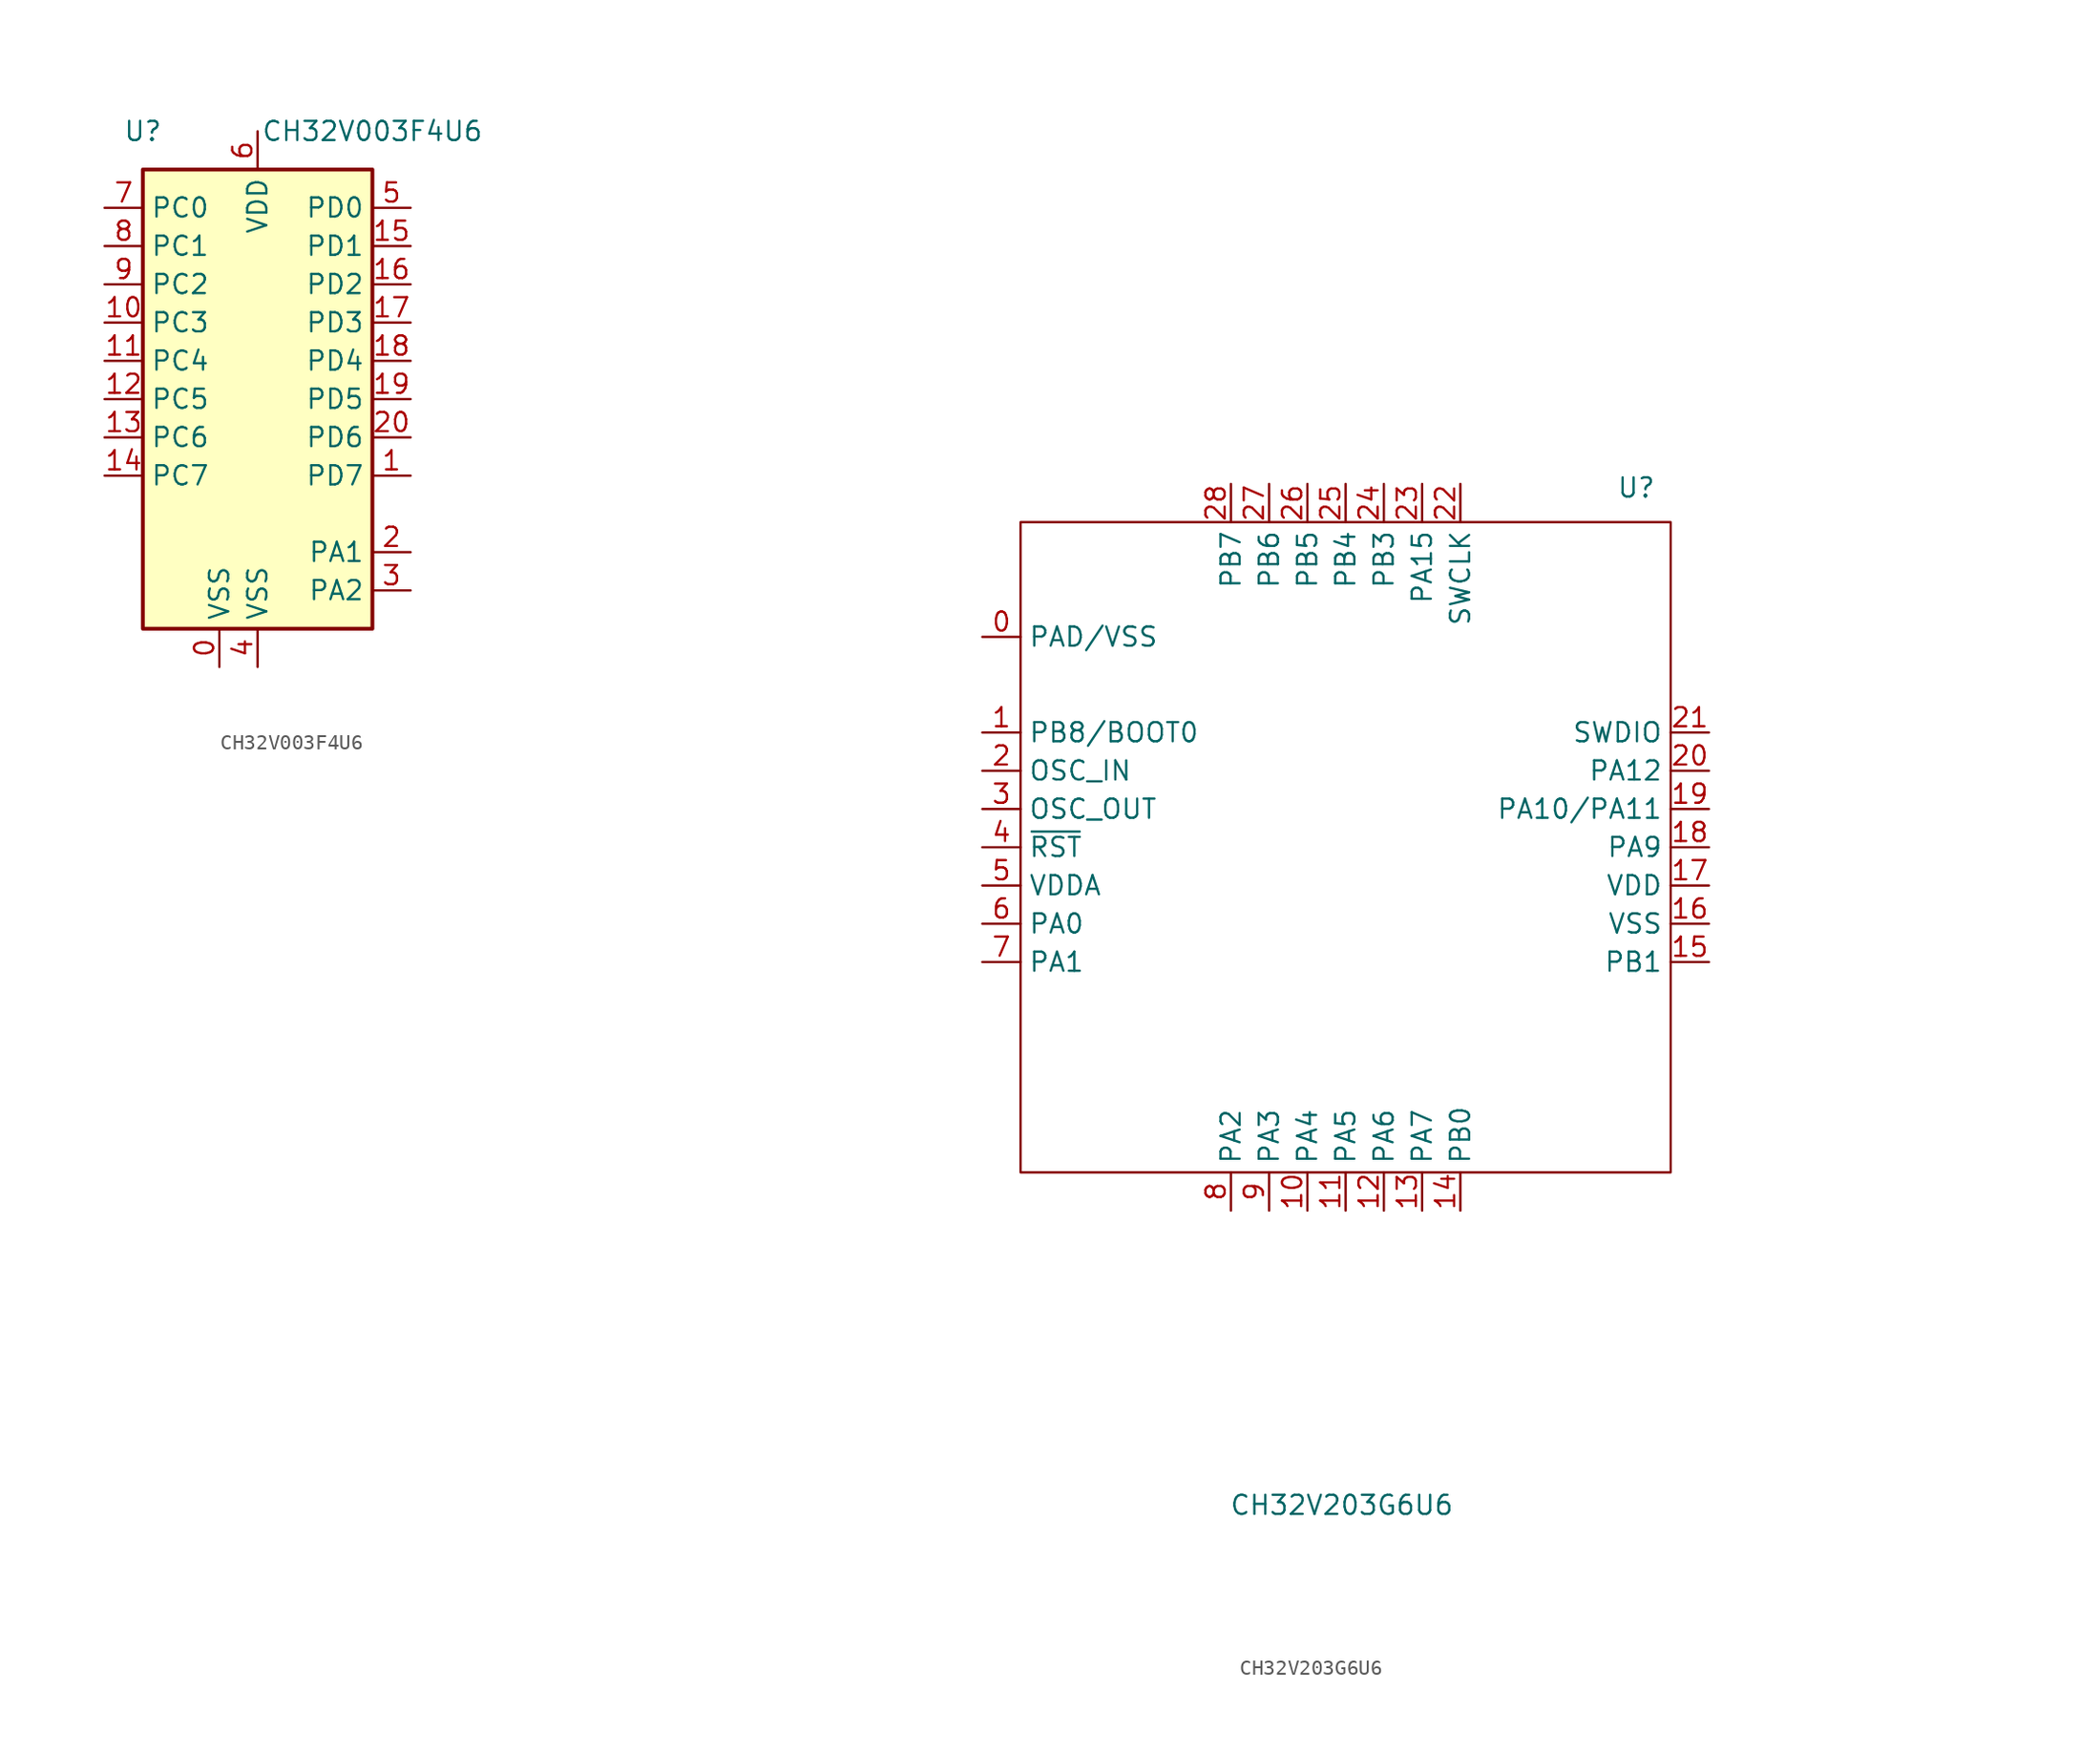
<source format=kicad_sym>
(kicad_symbol_lib
  (version 20231120)
  (generator "kicad_symbol_editor")
  (generator_version "8.0")
  (symbol "CH32V003F4U6"
    (property "Reference" "U"
      (at -7.62 17.78 0)
      (effects (font (size 1.27 1.27))))
    (property "Value" "CH32V003F4U6"
      (at 7.62 17.78 0)
      (effects (font (size 1.27 1.27))))
    (symbol "CH32V003F4U6_1_1"
      (rectangle (start -7.62 15.24) (end 7.62 -15.24) (stroke (width 0.254) (type default)) (fill (type background)))
      (pin power_in line (at -2.54 -17.78 90) (length 2.54) (name "VSS" (effects (font (size 1.27 1.27)))) (number "0" (effects (font (size 1.27 1.27)))))
      (pin bidirectional line (at 10.16 -5.08 180) (length 2.54) (name "PD7" (effects (font (size 1.27 1.27)))) (number "1" (effects (font (size 1.27 1.27)))) (alternate "NRST" bidirectional line) (alternate "OPP1" bidirectional line) (alternate "T2CH4" bidirectional line) (alternate "T2CH4_2" bidirectional line) (alternate "UCK_1" bidirectional line) (alternate "UCK_2" bidirectional line))
      (pin bidirectional line (at -10.16 5.08 0) (length 2.54) (name "PC3" (effects (font (size 1.27 1.27)))) (number "10" (effects (font (size 1.27 1.27)))) (alternate "T1CH1N_1" bidirectional line) (alternate "T1CH1N_3" bidirectional line) (alternate "T1CH3" bidirectional line) (alternate "T1CH3_2" bidirectional line) (alternate "UCTS_1" bidirectional line))
      (pin bidirectional line (at -10.16 2.54 0) (length 2.54) (name "PC4" (effects (font (size 1.27 1.27)))) (number "11" (effects (font (size 1.27 1.27)))) (alternate "A2" bidirectional line) (alternate "MCO" bidirectional line) (alternate "T1CH1_3" bidirectional line) (alternate "T1CH2N_1" bidirectional line) (alternate "T1CH4" bidirectional line) (alternate "T1CH4_2" bidirectional line))
      (pin bidirectional line (at -10.16 0 0) (length 2.54) (name "PC5" (effects (font (size 1.27 1.27)))) (number "12" (effects (font (size 1.27 1.27)))) (alternate "SCK" bidirectional line) (alternate "SCK_1" bidirectional line) (alternate "SCL_2" bidirectional line) (alternate "SCL_3" bidirectional line) (alternate "T1CH3_3" bidirectional line) (alternate "T1ETR" bidirectional line) (alternate "T1ETR_1" bidirectional line) (alternate "T2CH1ETR_1" bidirectional line) (alternate "UCK_3" bidirectional line))
      (pin bidirectional line (at -10.16 -2.54 0) (length 2.54) (name "PC6" (effects (font (size 1.27 1.27)))) (number "13" (effects (font (size 1.27 1.27)))) (alternate "MOSI" bidirectional line) (alternate "MOSI_1" bidirectional line) (alternate "SDA_2" bidirectional line) (alternate "SDA_3" bidirectional line) (alternate "T1CH1_1" bidirectional line) (alternate "T1CH3N_3" bidirectional line) (alternate "UCTS_2" bidirectional line) (alternate "UCTS_3" bidirectional line))
      (pin bidirectional line (at -10.16 -5.08 0) (length 2.54) (name "PC7" (effects (font (size 1.27 1.27)))) (number "14" (effects (font (size 1.27 1.27)))) (alternate "MISO" bidirectional line) (alternate "MISO_1" bidirectional line) (alternate "T1CH2_1" bidirectional line) (alternate "T1CH2_3" bidirectional line) (alternate "T2CH2_3" bidirectional line) (alternate "URTS_2" bidirectional line) (alternate "URTS_3" bidirectional line))
      (pin bidirectional line (at 10.16 10.16 180) (length 2.54) (name "PD1" (effects (font (size 1.27 1.27)))) (number "15" (effects (font (size 1.27 1.27)))) (alternate "AETR2" bidirectional line) (alternate "SCL_1" bidirectional line) (alternate "SWIO" bidirectional line) (alternate "T1CH3N" bidirectional line) (alternate "T1CH3N_1" bidirectional line) (alternate "T1CH3N_2" bidirectional line) (alternate "URX_1" bidirectional line))
      (pin bidirectional line (at 10.16 7.62 180) (length 2.54) (name "PD2" (effects (font (size 1.27 1.27)))) (number "16" (effects (font (size 1.27 1.27)))) (alternate "A3" bidirectional line) (alternate "T1CH1" bidirectional line) (alternate "T1CH1_2" bidirectional line) (alternate "T1CH2N_3" bidirectional line) (alternate "T2CH3_1" bidirectional line))
      (pin bidirectional line (at 10.16 5.08 180) (length 2.54) (name "PD3" (effects (font (size 1.27 1.27)))) (number "17" (effects (font (size 1.27 1.27)))) (alternate "A4" bidirectional line) (alternate "AETR" bidirectional line) (alternate "T1CH4_1" bidirectional line) (alternate "T2CH2" bidirectional line) (alternate "T2CH2_2" bidirectional line) (alternate "UCTS" bidirectional line))
      (pin bidirectional line (at 10.16 2.54 180) (length 2.54) (name "PD4" (effects (font (size 1.27 1.27)))) (number "18" (effects (font (size 1.27 1.27)))) (alternate "A7" bidirectional line) (alternate "OPO" bidirectional line) (alternate "T1CH4_3" bidirectional line) (alternate "T2CH1ETR" bidirectional line) (alternate "TIETR_2" bidirectional line) (alternate "UCK" bidirectional line))
      (pin bidirectional line (at 10.16 0 180) (length 2.54) (name "PD5" (effects (font (size 1.27 1.27)))) (number "19" (effects (font (size 1.27 1.27)))) (alternate "A5" bidirectional line) (alternate "T2CH4_3" bidirectional line) (alternate "URX_2" bidirectional line) (alternate "UTX" bidirectional line))
      (pin bidirectional line (at 10.16 -10.16 180) (length 2.54) (name "PA1" (effects (font (size 1.27 1.27)))) (number "2" (effects (font (size 1.27 1.27)))) (alternate "A1" bidirectional line) (alternate "OPN0" bidirectional line) (alternate "OSCI" bidirectional line) (alternate "T1CH2" bidirectional line) (alternate "T1CH2_2" bidirectional line))
      (pin bidirectional line (at 10.16 -2.54 180) (length 2.54) (name "PD6" (effects (font (size 1.27 1.27)))) (number "20" (effects (font (size 1.27 1.27)))) (alternate "A6" bidirectional line) (alternate "T2CH3_3" bidirectional line) (alternate "URX" bidirectional line) (alternate "UTX_2" bidirectional line))
      (pin bidirectional line (at 10.16 -12.7 180) (length 2.54) (name "PA2" (effects (font (size 1.27 1.27)))) (number "3" (effects (font (size 1.27 1.27)))) (alternate "A0" bidirectional line) (alternate "AETR2_1" bidirectional line) (alternate "OPP0" bidirectional line) (alternate "OSCO" bidirectional line) (alternate "TICH2N" bidirectional line) (alternate "TICH2N_2" bidirectional line))
      (pin power_in line (at 0 -17.78 90) (length 2.54) (name "VSS" (effects (font (size 1.27 1.27)))) (number "4" (effects (font (size 1.27 1.27)))))
      (pin bidirectional line (at 10.16 12.7 180) (length 2.54) (name "PD0" (effects (font (size 1.27 1.27)))) (number "5" (effects (font (size 1.27 1.27)))) (alternate "OPN1" bidirectional line) (alternate "SDA_1" bidirectional line) (alternate "TICH1N" bidirectional line) (alternate "TICH1N_2" bidirectional line) (alternate "UTX_1" bidirectional line))
      (pin power_in line (at 0 17.78 270) (length 2.54) (name "VDD" (effects (font (size 1.27 1.27)))) (number "6" (effects (font (size 1.27 1.27)))))
      (pin bidirectional line (at -10.16 12.7 0) (length 2.54) (name "PC0" (effects (font (size 1.27 1.27)))) (number "7" (effects (font (size 1.27 1.27)))) (alternate "NSS_1" bidirectional line) (alternate "T1CH3_1" bidirectional line) (alternate "T2CH3" bidirectional line) (alternate "T2CH3_2" bidirectional line) (alternate "UTX_3" bidirectional line))
      (pin bidirectional line (at -10.16 10.16 0) (length 2.54) (name "PC1" (effects (font (size 1.27 1.27)))) (number "8" (effects (font (size 1.27 1.27)))) (alternate "NSS" bidirectional line) (alternate "SDA" bidirectional line) (alternate "T1BKIN_1" bidirectional line) (alternate "T1BKIN_3" bidirectional line) (alternate "T2CH1ETR_2" bidirectional line) (alternate "T2CH1ETR_3" bidirectional line) (alternate "T2CH4_1" bidirectional line) (alternate "URX_3" bidirectional line))
      (pin bidirectional line (at -10.16 7.62 0) (length 2.54) (name "PC2" (effects (font (size 1.27 1.27)))) (number "9" (effects (font (size 1.27 1.27)))) (alternate "AETR_1" bidirectional line) (alternate "SCL" bidirectional line) (alternate "T1BKIN" bidirectional line) (alternate "T1BKIN_2" bidirectional line) (alternate "T1ETR_3" bidirectional line) (alternate "T2CH2_1" bidirectional line) (alternate "URTS" bidirectional line) (alternate "URTS_1" bidirectional line))))
  (symbol "CH32V203G6U6"
    (property "Reference" "U"
      (at 19.304 23.876 0)
      (effects (font (size 1.27 1.27))))
    (property "Value" "CH32V203G6U6"
      (at -0.254 -43.688 0)
      (effects (font (size 1.27 1.27))))
    (symbol "CH32V203G6U6_0_1"
      (rectangle (start -21.59 21.59) (end 21.59 -21.59) (stroke (width 0) (type default)) (fill (type none))))
    (symbol "CH32V203G6U6_1_0"
      (pin bidirectional line (at 7.62 -24.13 90) (length 2.54) (name "PB0" (effects (font (size 1.27 1.27)))) (number "14" (effects (font (size 1.27 1.27)))))
      (pin bidirectional line (at 24.13 -7.62 180) (length 2.54) (name "PB1" (effects (font (size 1.27 1.27)))) (number "15" (effects (font (size 1.27 1.27)))))
      (pin power_in line (at 24.13 -5.08 180) (length 2.54) (name "VSS" (effects (font (size 1.27 1.27)))) (number "16" (effects (font (size 1.27 1.27)))))
      (pin power_in line (at 24.13 -2.54 180) (length 2.54) (name "VDD" (effects (font (size 1.27 1.27)))) (number "17" (effects (font (size 1.27 1.27)))))
      (pin bidirectional line (at 24.13 0 180) (length 2.54) (name "PA9" (effects (font (size 1.27 1.27)))) (number "18" (effects (font (size 1.27 1.27)))))
      (pin bidirectional line (at 24.13 2.54 180) (length 2.54) (name "PA10/PA11" (effects (font (size 1.27 1.27)))) (number "19" (effects (font (size 1.27 1.27)))))
      (pin bidirectional line (at 24.13 5.08 180) (length 2.54) (name "PA12" (effects (font (size 1.27 1.27)))) (number "20" (effects (font (size 1.27 1.27)))))
      (pin bidirectional line (at 24.13 7.62 180) (length 2.54) (name "SWDIO" (effects (font (size 1.27 1.27)))) (number "21" (effects (font (size 1.27 1.27)))))
      (pin bidirectional line (at 7.62 24.13 270) (length 2.54) (name "SWCLK" (effects (font (size 1.27 1.27)))) (number "22" (effects (font (size 1.27 1.27)))))
      (pin bidirectional line (at 5.08 24.13 270) (length 2.54) (name "PA15" (effects (font (size 1.27 1.27)))) (number "23" (effects (font (size 1.27 1.27)))))
      (pin bidirectional line (at 2.54 24.13 270) (length 2.54) (name "PB3" (effects (font (size 1.27 1.27)))) (number "24" (effects (font (size 1.27 1.27)))))
      (pin bidirectional line (at 0 24.13 270) (length 2.54) (name "PB4" (effects (font (size 1.27 1.27)))) (number "25" (effects (font (size 1.27 1.27)))))
      (pin bidirectional line (at -2.54 24.13 270) (length 2.54) (name "PB5" (effects (font (size 1.27 1.27)))) (number "26" (effects (font (size 1.27 1.27)))))
      (pin bidirectional line (at -5.08 24.13 270) (length 2.54) (name "PB6" (effects (font (size 1.27 1.27)))) (number "27" (effects (font (size 1.27 1.27)))))
      (pin bidirectional line (at -7.62 24.13 270) (length 2.54) (name "PB7" (effects (font (size 1.27 1.27)))) (number "28" (effects (font (size 1.27 1.27))))))
    (symbol "CH32V203G6U6_1_1"
      (text private "PAD names are main function after reset" (at -2.286 41.402 0) (effects (font (size 2.54 2.54))))
      (pin power_in line (at -24.13 13.97 0) (length 2.54) (name "PAD/VSS" (effects (font (size 1.27 1.27)))) (number "0" (effects (font (size 1.27 1.27)))))
      (pin bidirectional line (at -24.13 7.62 0) (length 2.54) (name "PB8/BOOT0" (effects (font (size 1.27 1.27)))) (number "1" (effects (font (size 1.27 1.27)))))
      (pin bidirectional line (at -2.54 -24.13 90) (length 2.54) (name "PA4" (effects (font (size 1.27 1.27)))) (number "10" (effects (font (size 1.27 1.27)))))
      (pin bidirectional line (at 0 -24.13 90) (length 2.54) (name "PA5" (effects (font (size 1.27 1.27)))) (number "11" (effects (font (size 1.27 1.27)))))
      (pin bidirectional line (at 2.54 -24.13 90) (length 2.54) (name "PA6" (effects (font (size 1.27 1.27)))) (number "12" (effects (font (size 1.27 1.27)))))
      (pin bidirectional line (at 5.08 -24.13 90) (length 2.54) (name "PA7" (effects (font (size 1.27 1.27)))) (number "13" (effects (font (size 1.27 1.27)))))
      (pin input line (at -24.13 5.08 0) (length 2.54) (name "OSC_IN" (effects (font (size 1.27 1.27)))) (number "2" (effects (font (size 1.27 1.27)))))
      (pin output line (at -24.13 2.54 0) (length 2.54) (name "OSC_OUT" (effects (font (size 1.27 1.27)))) (number "3" (effects (font (size 1.27 1.27)))))
      (pin input line (at -24.13 0 0) (length 2.54) (name "~{RST}" (effects (font (size 1.27 1.27)))) (number "4" (effects (font (size 1.27 1.27)))))
      (pin power_in line (at -24.13 -2.54 0) (length 2.54) (name "VDDA" (effects (font (size 1.27 1.27)))) (number "5" (effects (font (size 1.27 1.27)))))
      (pin bidirectional line (at -24.13 -5.08 0) (length 2.54) (name "PA0" (effects (font (size 1.27 1.27)))) (number "6" (effects (font (size 1.27 1.27)))))
      (pin bidirectional line (at -24.13 -7.62 0) (length 2.54) (name "PA1" (effects (font (size 1.27 1.27)))) (number "7" (effects (font (size 1.27 1.27)))))
      (pin bidirectional line (at -7.62 -24.13 90) (length 2.54) (name "PA2" (effects (font (size 1.27 1.27)))) (number "8" (effects (font (size 1.27 1.27)))))
      (pin bidirectional line (at -5.08 -24.13 90) (length 2.54) (name "PA3" (effects (font (size 1.27 1.27)))) (number "9" (effects (font (size 1.27 1.27))))))))
</source>
